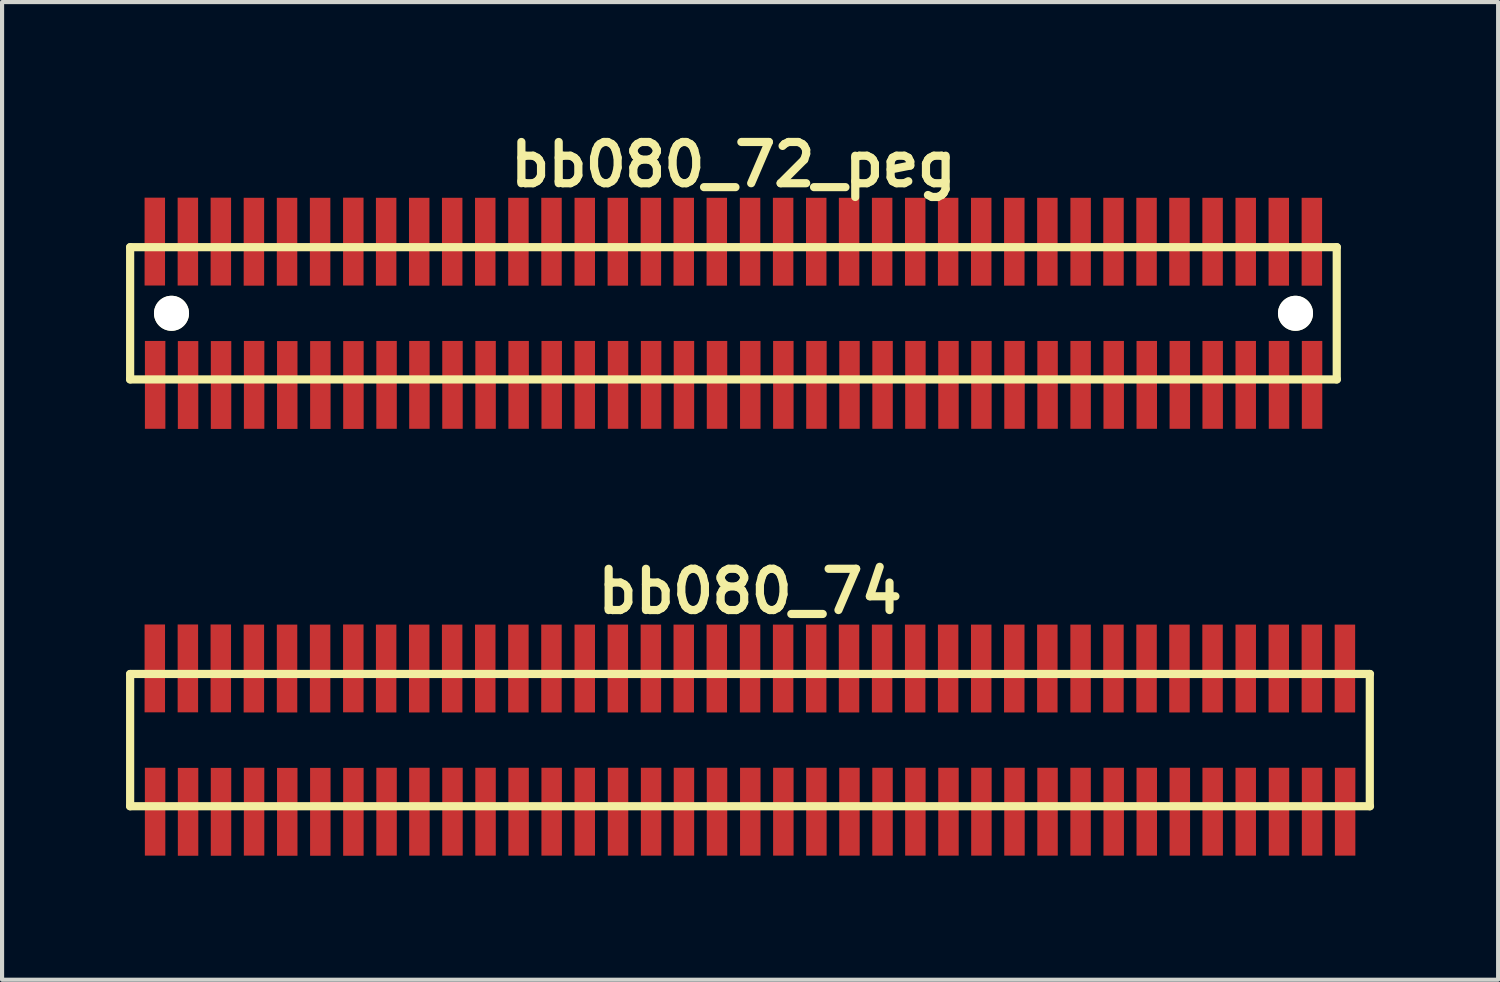
<source format=kicad_pcb>
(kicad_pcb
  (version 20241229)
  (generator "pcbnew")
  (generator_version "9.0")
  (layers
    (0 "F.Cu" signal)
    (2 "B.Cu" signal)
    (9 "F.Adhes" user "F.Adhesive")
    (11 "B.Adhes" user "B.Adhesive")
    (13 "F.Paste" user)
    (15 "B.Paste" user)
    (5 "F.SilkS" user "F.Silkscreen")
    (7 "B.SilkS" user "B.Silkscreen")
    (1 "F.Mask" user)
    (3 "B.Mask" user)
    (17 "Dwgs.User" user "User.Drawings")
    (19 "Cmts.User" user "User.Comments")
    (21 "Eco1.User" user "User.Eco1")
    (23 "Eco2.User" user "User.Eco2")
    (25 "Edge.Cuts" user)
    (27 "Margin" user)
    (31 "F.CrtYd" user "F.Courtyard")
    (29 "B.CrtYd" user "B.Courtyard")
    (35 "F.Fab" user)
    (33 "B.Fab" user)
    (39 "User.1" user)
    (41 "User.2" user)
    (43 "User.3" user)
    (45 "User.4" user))
  (footprint "bb080_72_peg"
    (layer "F.Cu")
    (at 14.699 4.531)
    (property "Reference" "bb080_72_peg" (at 0 -3.599 0) (layer "F.SilkS") (effects (font (size 0.998 0.998) (thickness 0.198))))
    (attr through_hole)
    (fp_line (start -14.6 -1.6) (end -14.6 1.6) (stroke (width 0.198) (type solid)) (layer "F.SilkS"))
    (fp_line (start -14.6 1.6) (end 14.6 1.6) (stroke (width 0.198) (type solid)) (layer "F.SilkS"))
    (fp_line (start 14.597 1.6) (end 14.597 -1.6) (stroke (width 0.198) (type solid)) (layer "F.SilkS"))
    (fp_line (start 14.6 -1.6) (end -14.6 -1.6) (stroke (width 0.198) (type solid)) (layer "F.SilkS"))
    (pad "" np_thru_hole circle (at -13.599 0) (size 0.848 0.848) (drill 0.848) (layers "*.Cu" "*.Mask" "F.SilkS"))
    (pad "" np_thru_hole circle (at 13.599 0) (size 0.848 0.848) (drill 0.848) (layers "*.Cu" "*.Mask" "F.SilkS"))
    (pad "1" smd rect (at -13.995 1.732) (size 0.495 2.126) (layers "F.Cu" "F.Mask" "F.Paste"))
    (pad "2" smd rect (at -14.003 -1.735) (size 0.495 2.126) (layers "F.Cu" "F.Mask" "F.Paste"))
    (pad "3" smd rect (at -13.198 1.735) (size 0.495 2.126) (layers "F.Cu" "F.Mask" "F.Paste"))
    (pad "4" smd rect (at -13.203 -1.735) (size 0.495 2.126) (layers "F.Cu" "F.Mask" "F.Paste"))
    (pad "5" smd rect (at -12.4 1.735) (size 0.495 2.126) (layers "F.Cu" "F.Mask" "F.Paste"))
    (pad "6" smd rect (at -12.405 -1.735) (size 0.495 2.126) (layers "F.Cu" "F.Mask" "F.Paste"))
    (pad "7" smd rect (at -11.6 1.732) (size 0.495 2.126) (layers "F.Cu" "F.Mask" "F.Paste"))
    (pad "8" smd rect (at -11.605 -1.732) (size 0.495 2.126) (layers "F.Cu" "F.Mask" "F.Paste"))
    (pad "9" smd rect (at -10.798 1.735) (size 0.495 2.126) (layers "F.Cu" "F.Mask" "F.Paste"))
    (pad "10" smd rect (at -10.803 -1.732) (size 0.495 2.126) (layers "F.Cu" "F.Mask" "F.Paste"))
    (pad "11" smd rect (at -9.997 1.735) (size 0.495 2.126) (layers "F.Cu" "F.Mask" "F.Paste"))
    (pad "12" smd rect (at -10.003 -1.732) (size 0.495 2.126) (layers "F.Cu" "F.Mask" "F.Paste"))
    (pad "13" smd rect (at -9.197 1.735) (size 0.495 2.126) (layers "F.Cu" "F.Mask" "F.Paste"))
    (pad "14" smd rect (at -9.2 -1.735) (size 0.495 2.126) (layers "F.Cu" "F.Mask" "F.Paste"))
    (pad "15" smd rect (at -8.395 1.732) (size 0.495 2.126) (layers "F.Cu" "F.Mask" "F.Paste"))
    (pad "16" smd rect (at -8.405 -1.732) (size 0.495 2.126) (layers "F.Cu" "F.Mask" "F.Paste"))
    (pad "17" smd rect (at -7.6 1.732) (size 0.495 2.126) (layers "F.Cu" "F.Mask" "F.Paste"))
    (pad "18" smd rect (at -7.605 -1.732) (size 0.495 2.126) (layers "F.Cu" "F.Mask" "F.Paste"))
    (pad "19" smd rect (at -6.8 1.732) (size 0.495 2.126) (layers "F.Cu" "F.Mask" "F.Paste"))
    (pad "20" smd rect (at -6.807 -1.732) (size 0.495 2.126) (layers "F.Cu" "F.Mask" "F.Paste"))
    (pad "21" smd rect (at -5.999 1.732) (size 0.495 2.126) (layers "F.Cu" "F.Mask" "F.Paste"))
    (pad "22" smd rect (at -6.007 -1.732) (size 0.495 2.126) (layers "F.Cu" "F.Mask" "F.Paste"))
    (pad "23" smd rect (at -5.199 1.732) (size 0.495 2.126) (layers "F.Cu" "F.Mask" "F.Paste"))
    (pad "24" smd rect (at -5.204 -1.732) (size 0.495 2.126) (layers "F.Cu" "F.Mask" "F.Paste"))
    (pad "25" smd rect (at -4.399 1.732) (size 0.495 2.126) (layers "F.Cu" "F.Mask" "F.Paste"))
    (pad "26" smd rect (at -4.404 -1.732) (size 0.495 2.126) (layers "F.Cu" "F.Mask" "F.Paste"))
    (pad "27" smd rect (at -3.599 1.732) (size 0.495 2.126) (layers "F.Cu" "F.Mask" "F.Paste"))
    (pad "28" smd rect (at -3.599 -1.732) (size 0.495 2.126) (layers "F.Cu" "F.Mask" "F.Paste"))
    (pad "29" smd rect (at -2.794 1.732) (size 0.495 2.126) (layers "F.Cu" "F.Mask" "F.Paste"))
    (pad "30" smd rect (at -2.799 -1.732) (size 0.495 2.126) (layers "F.Cu" "F.Mask" "F.Paste"))
    (pad "31" smd rect (at -1.994 1.732) (size 0.495 2.126) (layers "F.Cu" "F.Mask" "F.Paste"))
    (pad "32" smd rect (at -1.999 -1.732) (size 0.495 2.126) (layers "F.Cu" "F.Mask" "F.Paste"))
    (pad "33" smd rect (at -1.199 1.732) (size 0.495 2.126) (layers "F.Cu" "F.Mask" "F.Paste"))
    (pad "34" smd rect (at -1.204 -1.732) (size 0.495 2.126) (layers "F.Cu" "F.Mask" "F.Paste"))
    (pad "35" smd rect (at -0.399 1.732) (size 0.495 2.126) (layers "F.Cu" "F.Mask" "F.Paste"))
    (pad "36" smd rect (at -0.404 -1.732) (size 0.495 2.126) (layers "F.Cu" "F.Mask" "F.Paste"))
    (pad "37" smd rect (at 0.406 1.732) (size 0.495 2.126) (layers "F.Cu" "F.Mask" "F.Paste"))
    (pad "38" smd rect (at 0.401 -1.732) (size 0.495 2.126) (layers "F.Cu" "F.Mask" "F.Paste"))
    (pad "39" smd rect (at 1.206 1.732) (size 0.495 2.126) (layers "F.Cu" "F.Mask" "F.Paste"))
    (pad "40" smd rect (at 1.201 -1.732) (size 0.495 2.126) (layers "F.Cu" "F.Mask" "F.Paste"))
    (pad "41" smd rect (at 2.007 1.732) (size 0.495 2.126) (layers "F.Cu" "F.Mask" "F.Paste"))
    (pad "42" smd rect (at 2.002 -1.732) (size 0.495 2.126) (layers "F.Cu" "F.Mask" "F.Paste"))
    (pad "43" smd rect (at 2.807 1.732) (size 0.495 2.126) (layers "F.Cu" "F.Mask" "F.Paste"))
    (pad "44" smd rect (at 2.797 -1.732) (size 0.495 2.126) (layers "F.Cu" "F.Mask" "F.Paste"))
    (pad "45" smd rect (at 3.607 1.732) (size 0.495 2.126) (layers "F.Cu" "F.Mask" "F.Paste"))
    (pad "46" smd rect (at 3.597 -1.732) (size 0.495 2.126) (layers "F.Cu" "F.Mask" "F.Paste"))
    (pad "47" smd rect (at 4.402 1.732) (size 0.495 2.126) (layers "F.Cu" "F.Mask" "F.Paste"))
    (pad "48" smd rect (at 4.397 -1.732) (size 0.495 2.126) (layers "F.Cu" "F.Mask" "F.Paste"))
    (pad "49" smd rect (at 5.202 1.732) (size 0.495 2.126) (layers "F.Cu" "F.Mask" "F.Paste"))
    (pad "50" smd rect (at 5.194 -1.732) (size 0.495 2.126) (layers "F.Cu" "F.Mask" "F.Paste"))
    (pad "51" smd rect (at 5.999 1.732) (size 0.495 2.126) (layers "F.Cu" "F.Mask" "F.Paste"))
    (pad "52" smd rect (at 5.994 -1.732) (size 0.495 2.126) (layers "F.Cu" "F.Mask" "F.Paste"))
    (pad "53" smd rect (at 6.8 1.732) (size 0.495 2.126) (layers "F.Cu" "F.Mask" "F.Paste"))
    (pad "54" smd rect (at 6.795 -1.732) (size 0.495 2.126) (layers "F.Cu" "F.Mask" "F.Paste"))
    (pad "55" smd rect (at 7.6 1.732) (size 0.495 2.126) (layers "F.Cu" "F.Mask" "F.Paste"))
    (pad "56" smd rect (at 7.595 -1.732) (size 0.495 2.126) (layers "F.Cu" "F.Mask" "F.Paste"))
    (pad "57" smd rect (at 8.4 1.732) (size 0.495 2.126) (layers "F.Cu" "F.Mask" "F.Paste"))
    (pad "58" smd rect (at 8.4 -1.732) (size 0.495 2.126) (layers "F.Cu" "F.Mask" "F.Paste"))
    (pad "59" smd rect (at 9.2 1.732) (size 0.495 2.126) (layers "F.Cu" "F.Mask" "F.Paste"))
    (pad "60" smd rect (at 9.195 -1.732) (size 0.495 2.126) (layers "F.Cu" "F.Mask" "F.Paste"))
    (pad "61" smd rect (at 10 1.732) (size 0.495 2.126) (layers "F.Cu" "F.Mask" "F.Paste"))
    (pad "62" smd rect (at 9.995 -1.732) (size 0.495 2.126) (layers "F.Cu" "F.Mask" "F.Paste"))
    (pad "63" smd rect (at 10.8 1.732) (size 0.495 2.126) (layers "F.Cu" "F.Mask" "F.Paste"))
    (pad "64" smd rect (at 10.792 -1.732) (size 0.495 2.126) (layers "F.Cu" "F.Mask" "F.Paste"))
    (pad "65" smd rect (at 11.595 1.732) (size 0.495 2.126) (layers "F.Cu" "F.Mask" "F.Paste"))
    (pad "66" smd rect (at 11.593 -1.732) (size 0.495 2.126) (layers "F.Cu" "F.Mask" "F.Paste"))
    (pad "67" smd rect (at 12.395 1.732) (size 0.495 2.126) (layers "F.Cu" "F.Mask" "F.Paste"))
    (pad "68" smd rect (at 12.395 -1.732) (size 0.495 2.126) (layers "F.Cu" "F.Mask" "F.Paste"))
    (pad "69" smd rect (at 13.2 1.732) (size 0.495 2.126) (layers "F.Cu" "F.Mask" "F.Paste"))
    (pad "70" smd rect (at 13.195 -1.732) (size 0.495 2.126) (layers "F.Cu" "F.Mask" "F.Paste"))
    (pad "71" smd rect (at 14 1.732) (size 0.495 2.126) (layers "F.Cu" "F.Mask" "F.Paste"))
    (pad "72" smd rect (at 13.995 -1.732) (size 0.495 2.126) (layers "F.Cu" "F.Mask" "F.Paste")))
  (footprint "bb080_74"
    (layer "F.Cu")
    (at 15.1 14.859)
    (property "Reference" "bb080_74" (at 0 -3.599 0) (layer "F.SilkS") (effects (font (size 0.998 0.998) (thickness 0.198))))
    (attr through_hole)
    (fp_line (start -15.001 -1.6) (end -15.001 1.6) (stroke (width 0.198) (type solid)) (layer "F.SilkS"))
    (fp_line (start -15.001 -1.6) (end 15.001 -1.6) (stroke (width 0.198) (type solid)) (layer "F.SilkS"))
    (fp_line (start 14.996 1.6) (end 14.996 -1.6) (stroke (width 0.198) (type solid)) (layer "F.SilkS"))
    (fp_line (start 15.001 1.6) (end -15.001 1.6) (stroke (width 0.198) (type solid)) (layer "F.SilkS"))
    (pad "1" smd rect (at -14.397 1.732) (size 0.495 2.126) (layers "F.Cu" "F.Mask" "F.Paste"))
    (pad "2" smd rect (at -14.404 -1.735) (size 0.495 2.126) (layers "F.Cu" "F.Mask" "F.Paste"))
    (pad "3" smd rect (at -13.599 1.735) (size 0.495 2.126) (layers "F.Cu" "F.Mask" "F.Paste"))
    (pad "4" smd rect (at -13.604 -1.735) (size 0.495 2.126) (layers "F.Cu" "F.Mask" "F.Paste"))
    (pad "5" smd rect (at -12.802 1.735) (size 0.495 2.126) (layers "F.Cu" "F.Mask" "F.Paste"))
    (pad "6" smd rect (at -12.807 -1.735) (size 0.495 2.126) (layers "F.Cu" "F.Mask" "F.Paste"))
    (pad "7" smd rect (at -12.002 1.732) (size 0.495 2.126) (layers "F.Cu" "F.Mask" "F.Paste"))
    (pad "8" smd rect (at -12.007 -1.732) (size 0.495 2.126) (layers "F.Cu" "F.Mask" "F.Paste"))
    (pad "9" smd rect (at -11.199 1.735) (size 0.495 2.126) (layers "F.Cu" "F.Mask" "F.Paste"))
    (pad "10" smd rect (at -11.204 -1.732) (size 0.495 2.126) (layers "F.Cu" "F.Mask" "F.Paste"))
    (pad "11" smd rect (at -10.399 1.735) (size 0.495 2.126) (layers "F.Cu" "F.Mask" "F.Paste"))
    (pad "12" smd rect (at -10.404 -1.732) (size 0.495 2.126) (layers "F.Cu" "F.Mask" "F.Paste"))
    (pad "13" smd rect (at -9.599 1.735) (size 0.495 2.126) (layers "F.Cu" "F.Mask" "F.Paste"))
    (pad "14" smd rect (at -9.601 -1.735) (size 0.495 2.126) (layers "F.Cu" "F.Mask" "F.Paste"))
    (pad "15" smd rect (at -8.796 1.732) (size 0.495 2.126) (layers "F.Cu" "F.Mask" "F.Paste"))
    (pad "16" smd rect (at -8.806 -1.732) (size 0.495 2.126) (layers "F.Cu" "F.Mask" "F.Paste"))
    (pad "17" smd rect (at -8.001 1.732) (size 0.495 2.126) (layers "F.Cu" "F.Mask" "F.Paste"))
    (pad "18" smd rect (at -8.006 -1.732) (size 0.495 2.126) (layers "F.Cu" "F.Mask" "F.Paste"))
    (pad "19" smd rect (at -7.201 1.732) (size 0.495 2.126) (layers "F.Cu" "F.Mask" "F.Paste"))
    (pad "20" smd rect (at -7.209 -1.732) (size 0.495 2.126) (layers "F.Cu" "F.Mask" "F.Paste"))
    (pad "21" smd rect (at -6.401 1.732) (size 0.495 2.126) (layers "F.Cu" "F.Mask" "F.Paste"))
    (pad "22" smd rect (at -6.408 -1.732) (size 0.495 2.126) (layers "F.Cu" "F.Mask" "F.Paste"))
    (pad "23" smd rect (at -5.601 1.732) (size 0.495 2.126) (layers "F.Cu" "F.Mask" "F.Paste"))
    (pad "24" smd rect (at -5.606 -1.732) (size 0.495 2.126) (layers "F.Cu" "F.Mask" "F.Paste"))
    (pad "25" smd rect (at -4.801 1.732) (size 0.495 2.126) (layers "F.Cu" "F.Mask" "F.Paste"))
    (pad "26" smd rect (at -4.806 -1.732) (size 0.495 2.126) (layers "F.Cu" "F.Mask" "F.Paste"))
    (pad "27" smd rect (at -4 1.732) (size 0.495 2.126) (layers "F.Cu" "F.Mask" "F.Paste"))
    (pad "28" smd rect (at -4 -1.732) (size 0.495 2.126) (layers "F.Cu" "F.Mask" "F.Paste"))
    (pad "29" smd rect (at -3.195 1.732) (size 0.495 2.126) (layers "F.Cu" "F.Mask" "F.Paste"))
    (pad "30" smd rect (at -3.2 -1.732) (size 0.495 2.126) (layers "F.Cu" "F.Mask" "F.Paste"))
    (pad "31" smd rect (at -2.395 1.732) (size 0.495 2.126) (layers "F.Cu" "F.Mask" "F.Paste"))
    (pad "32" smd rect (at -2.4 -1.732) (size 0.495 2.126) (layers "F.Cu" "F.Mask" "F.Paste"))
    (pad "33" smd rect (at -1.6 1.732) (size 0.495 2.126) (layers "F.Cu" "F.Mask" "F.Paste"))
    (pad "34" smd rect (at -1.605 -1.732) (size 0.495 2.126) (layers "F.Cu" "F.Mask" "F.Paste"))
    (pad "35" smd rect (at -0.8 1.732) (size 0.495 2.126) (layers "F.Cu" "F.Mask" "F.Paste"))
    (pad "36" smd rect (at -0.805 -1.732) (size 0.495 2.126) (layers "F.Cu" "F.Mask" "F.Paste"))
    (pad "37" smd rect (at 0.005 1.732) (size 0.495 2.126) (layers "F.Cu" "F.Mask" "F.Paste"))
    (pad "38" smd rect (at 0 -1.732) (size 0.495 2.126) (layers "F.Cu" "F.Mask" "F.Paste"))
    (pad "39" smd rect (at 0.805 1.732) (size 0.495 2.126) (layers "F.Cu" "F.Mask" "F.Paste"))
    (pad "40" smd rect (at 0.8 -1.732) (size 0.495 2.126) (layers "F.Cu" "F.Mask" "F.Paste"))
    (pad "41" smd rect (at 1.605 1.732) (size 0.495 2.126) (layers "F.Cu" "F.Mask" "F.Paste"))
    (pad "42" smd rect (at 1.6 -1.732) (size 0.495 2.126) (layers "F.Cu" "F.Mask" "F.Paste"))
    (pad "43" smd rect (at 2.405 1.732) (size 0.495 2.126) (layers "F.Cu" "F.Mask" "F.Paste"))
    (pad "44" smd rect (at 2.395 -1.732) (size 0.495 2.126) (layers "F.Cu" "F.Mask" "F.Paste"))
    (pad "45" smd rect (at 3.205 1.732) (size 0.495 2.126) (layers "F.Cu" "F.Mask" "F.Paste"))
    (pad "46" smd rect (at 3.195 -1.732) (size 0.495 2.126) (layers "F.Cu" "F.Mask" "F.Paste"))
    (pad "47" smd rect (at 4 1.732) (size 0.495 2.126) (layers "F.Cu" "F.Mask" "F.Paste"))
    (pad "48" smd rect (at 3.995 -1.732) (size 0.495 2.126) (layers "F.Cu" "F.Mask" "F.Paste"))
    (pad "49" smd rect (at 4.801 1.732) (size 0.495 2.126) (layers "F.Cu" "F.Mask" "F.Paste"))
    (pad "50" smd rect (at 4.793 -1.732) (size 0.495 2.126) (layers "F.Cu" "F.Mask" "F.Paste"))
    (pad "51" smd rect (at 5.598 1.732) (size 0.495 2.126) (layers "F.Cu" "F.Mask" "F.Paste"))
    (pad "52" smd rect (at 5.593 -1.732) (size 0.495 2.126) (layers "F.Cu" "F.Mask" "F.Paste"))
    (pad "53" smd rect (at 6.398 1.732) (size 0.495 2.126) (layers "F.Cu" "F.Mask" "F.Paste"))
    (pad "54" smd rect (at 6.393 -1.732) (size 0.495 2.126) (layers "F.Cu" "F.Mask" "F.Paste"))
    (pad "55" smd rect (at 7.198 1.732) (size 0.495 2.126) (layers "F.Cu" "F.Mask" "F.Paste"))
    (pad "56" smd rect (at 7.193 -1.732) (size 0.495 2.126) (layers "F.Cu" "F.Mask" "F.Paste"))
    (pad "57" smd rect (at 7.998 1.732) (size 0.495 2.126) (layers "F.Cu" "F.Mask" "F.Paste"))
    (pad "58" smd rect (at 7.998 -1.732) (size 0.495 2.126) (layers "F.Cu" "F.Mask" "F.Paste"))
    (pad "59" smd rect (at 8.799 1.732) (size 0.495 2.126) (layers "F.Cu" "F.Mask" "F.Paste"))
    (pad "60" smd rect (at 8.793 -1.732) (size 0.495 2.126) (layers "F.Cu" "F.Mask" "F.Paste"))
    (pad "61" smd rect (at 9.599 1.732) (size 0.495 2.126) (layers "F.Cu" "F.Mask" "F.Paste"))
    (pad "62" smd rect (at 9.594 -1.732) (size 0.495 2.126) (layers "F.Cu" "F.Mask" "F.Paste"))
    (pad "63" smd rect (at 10.399 1.732) (size 0.495 2.126) (layers "F.Cu" "F.Mask" "F.Paste"))
    (pad "64" smd rect (at 10.391 -1.732) (size 0.495 2.126) (layers "F.Cu" "F.Mask" "F.Paste"))
    (pad "65" smd rect (at 11.194 1.732) (size 0.495 2.126) (layers "F.Cu" "F.Mask" "F.Paste"))
    (pad "66" smd rect (at 11.191 -1.732) (size 0.495 2.126) (layers "F.Cu" "F.Mask" "F.Paste"))
    (pad "67" smd rect (at 11.994 1.732) (size 0.495 2.126) (layers "F.Cu" "F.Mask" "F.Paste"))
    (pad "68" smd rect (at 11.994 -1.732) (size 0.495 2.126) (layers "F.Cu" "F.Mask" "F.Paste"))
    (pad "69" smd rect (at 12.799 1.732) (size 0.495 2.126) (layers "F.Cu" "F.Mask" "F.Paste"))
    (pad "70" smd rect (at 12.794 -1.732) (size 0.495 2.126) (layers "F.Cu" "F.Mask" "F.Paste"))
    (pad "71" smd rect (at 13.599 1.732) (size 0.495 2.126) (layers "F.Cu" "F.Mask" "F.Paste"))
    (pad "72" smd rect (at 13.594 -1.732) (size 0.495 2.126) (layers "F.Cu" "F.Mask" "F.Paste"))
    (pad "73" smd rect (at 14.399 1.732) (size 0.495 2.126) (layers "F.Cu" "F.Mask" "F.Paste"))
    (pad "74" smd rect (at 14.394 -1.732) (size 0.495 2.126) (layers "F.Cu" "F.Mask" "F.Paste")))
  (gr_rect
    (start -3 -3)
    (end 33.201 20.657)
    (stroke (width 0.1) (type default))
    (fill no)
    (layer "Edge.Cuts")))
</source>
